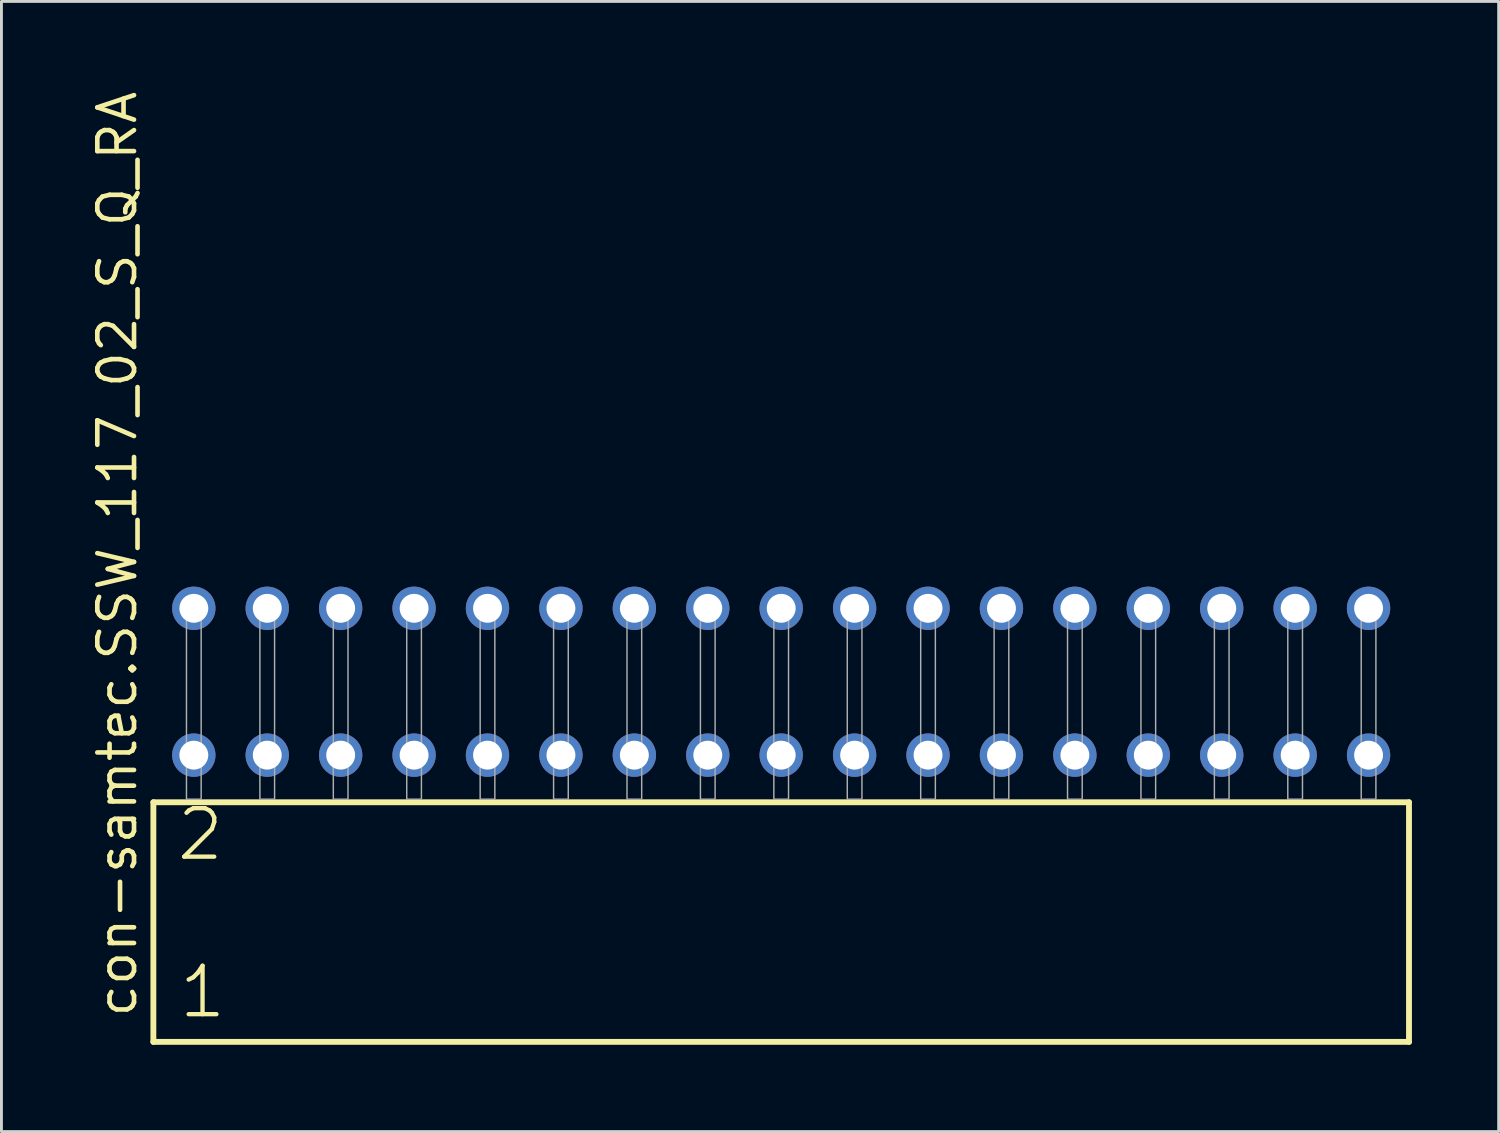
<source format=kicad_pcb>
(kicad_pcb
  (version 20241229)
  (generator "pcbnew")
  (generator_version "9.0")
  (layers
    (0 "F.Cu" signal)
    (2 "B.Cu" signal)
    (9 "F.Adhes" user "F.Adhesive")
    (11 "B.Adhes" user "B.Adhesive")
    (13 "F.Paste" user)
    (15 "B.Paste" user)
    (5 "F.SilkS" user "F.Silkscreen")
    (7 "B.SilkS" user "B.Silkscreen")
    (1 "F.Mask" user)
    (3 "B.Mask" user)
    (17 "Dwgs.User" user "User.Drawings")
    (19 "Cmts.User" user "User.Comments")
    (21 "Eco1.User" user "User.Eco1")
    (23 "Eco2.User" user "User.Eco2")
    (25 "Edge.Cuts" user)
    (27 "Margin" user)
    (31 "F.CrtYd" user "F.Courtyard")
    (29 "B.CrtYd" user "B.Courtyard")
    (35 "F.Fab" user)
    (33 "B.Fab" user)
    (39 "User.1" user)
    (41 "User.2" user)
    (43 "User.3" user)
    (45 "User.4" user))
  (footprint "con-samtec.SSW_117_02_S_Q_RA"
    (layer "F.Cu")
    (at 23.975 24.598)
    (property "Reference" "con-samtec.SSW_117_02_S_Q_RA" (at -22.225 7.62 90) (layer "F.SilkS") (effects (font (size 1.27 1.27) (thickness 0.16)) (justify left bottom)))
    (attr through_hole)
    (fp_line (start -21.719 0.106) (end -21.719 8.396) (stroke (width 0.203) (type default)) (layer "F.SilkS"))
    (fp_line (start -21.719 8.396) (end 21.719 8.396) (stroke (width 0.203) (type default)) (layer "F.SilkS"))
    (fp_line (start 21.719 0.106) (end -21.719 0.106) (stroke (width 0.203) (type default)) (layer "F.SilkS"))
    (fp_line (start 21.719 8.396) (end 21.719 0.106) (stroke (width 0.203) (type default)) (layer "F.SilkS"))
    (fp_rect (start -20.574 0) (end -20.066 -6.858) (stroke (width 0.05) (type default)) (fill no) (layer "F.Fab"))
    (fp_rect (start -18.034 0) (end -17.526 -6.858) (stroke (width 0.05) (type default)) (fill no) (layer "F.Fab"))
    (fp_rect (start -15.494 0) (end -14.986 -6.858) (stroke (width 0.05) (type default)) (fill no) (layer "F.Fab"))
    (fp_rect (start -12.954 0) (end -12.446 -6.858) (stroke (width 0.05) (type default)) (fill no) (layer "F.Fab"))
    (fp_rect (start -10.414 0) (end -9.906 -6.858) (stroke (width 0.05) (type default)) (fill no) (layer "F.Fab"))
    (fp_rect (start -7.874 0) (end -7.366 -6.858) (stroke (width 0.05) (type default)) (fill no) (layer "F.Fab"))
    (fp_rect (start -5.334 0) (end -4.826 -6.858) (stroke (width 0.05) (type default)) (fill no) (layer "F.Fab"))
    (fp_rect (start -2.794 0) (end -2.286 -6.858) (stroke (width 0.05) (type default)) (fill no) (layer "F.Fab"))
    (fp_rect (start -0.254 0) (end 0.254 -6.858) (stroke (width 0.05) (type default)) (fill no) (layer "F.Fab"))
    (fp_rect (start 2.286 0) (end 2.794 -6.858) (stroke (width 0.05) (type default)) (fill no) (layer "F.Fab"))
    (fp_rect (start 4.826 0) (end 5.334 -6.858) (stroke (width 0.05) (type default)) (fill no) (layer "F.Fab"))
    (fp_rect (start 7.366 0) (end 7.874 -6.858) (stroke (width 0.05) (type default)) (fill no) (layer "F.Fab"))
    (fp_rect (start 9.906 0) (end 10.414 -6.858) (stroke (width 0.05) (type default)) (fill no) (layer "F.Fab"))
    (fp_rect (start 12.446 0) (end 12.954 -6.858) (stroke (width 0.05) (type default)) (fill no) (layer "F.Fab"))
    (fp_rect (start 14.986 0) (end 15.494 -6.858) (stroke (width 0.05) (type default)) (fill no) (layer "F.Fab"))
    (fp_rect (start 17.526 0) (end 18.034 -6.858) (stroke (width 0.05) (type default)) (fill no) (layer "F.Fab"))
    (fp_rect (start 20.066 0) (end 20.574 -6.858) (stroke (width 0.05) (type default)) (fill no) (layer "F.Fab"))
    (fp_text user "1" (at -20.915 7.65 0) (layer "F.SilkS") (effects (font (size 1.676 1.676) (thickness 0.15)) (justify left bottom)))
    (fp_text user "2" (at -20.99 2.2 0) (layer "F.SilkS") (effects (font (size 1.676 1.676) (thickness 0.15)) (justify left bottom)))
    (pad "1" thru_hole circle (at -20.32 -1.524) (size 1.5 1.5) (drill 1) (layers "*.Cu" "*.Mask"))
    (pad "2" thru_hole circle (at -20.32 -6.604) (size 1.5 1.5) (drill 1) (layers "*.Cu" "*.Mask"))
    (pad "3" thru_hole circle (at -17.78 -1.524) (size 1.5 1.5) (drill 1) (layers "*.Cu" "*.Mask"))
    (pad "4" thru_hole circle (at -17.78 -6.604) (size 1.5 1.5) (drill 1) (layers "*.Cu" "*.Mask"))
    (pad "5" thru_hole circle (at -15.24 -1.524) (size 1.5 1.5) (drill 1) (layers "*.Cu" "*.Mask"))
    (pad "6" thru_hole circle (at -15.24 -6.604) (size 1.5 1.5) (drill 1) (layers "*.Cu" "*.Mask"))
    (pad "7" thru_hole circle (at -12.7 -1.524) (size 1.5 1.5) (drill 1) (layers "*.Cu" "*.Mask"))
    (pad "8" thru_hole circle (at -12.7 -6.604) (size 1.5 1.5) (drill 1) (layers "*.Cu" "*.Mask"))
    (pad "9" thru_hole circle (at -10.16 -1.524) (size 1.5 1.5) (drill 1) (layers "*.Cu" "*.Mask"))
    (pad "10" thru_hole circle (at -10.16 -6.604) (size 1.5 1.5) (drill 1) (layers "*.Cu" "*.Mask"))
    (pad "11" thru_hole circle (at -7.62 -1.524) (size 1.5 1.5) (drill 1) (layers "*.Cu" "*.Mask"))
    (pad "12" thru_hole circle (at -7.62 -6.604) (size 1.5 1.5) (drill 1) (layers "*.Cu" "*.Mask"))
    (pad "13" thru_hole circle (at -5.08 -1.524) (size 1.5 1.5) (drill 1) (layers "*.Cu" "*.Mask"))
    (pad "14" thru_hole circle (at -5.08 -6.604) (size 1.5 1.5) (drill 1) (layers "*.Cu" "*.Mask"))
    (pad "15" thru_hole circle (at -2.54 -1.524) (size 1.5 1.5) (drill 1) (layers "*.Cu" "*.Mask"))
    (pad "16" thru_hole circle (at -2.54 -6.604) (size 1.5 1.5) (drill 1) (layers "*.Cu" "*.Mask"))
    (pad "17" thru_hole circle (at 0 -1.524) (size 1.5 1.5) (drill 1) (layers "*.Cu" "*.Mask"))
    (pad "18" thru_hole circle (at 0 -6.604) (size 1.5 1.5) (drill 1) (layers "*.Cu" "*.Mask"))
    (pad "19" thru_hole circle (at 2.54 -1.524) (size 1.5 1.5) (drill 1) (layers "*.Cu" "*.Mask"))
    (pad "20" thru_hole circle (at 2.54 -6.604) (size 1.5 1.5) (drill 1) (layers "*.Cu" "*.Mask"))
    (pad "21" thru_hole circle (at 5.08 -1.524) (size 1.5 1.5) (drill 1) (layers "*.Cu" "*.Mask"))
    (pad "22" thru_hole circle (at 5.08 -6.604) (size 1.5 1.5) (drill 1) (layers "*.Cu" "*.Mask"))
    (pad "23" thru_hole circle (at 7.62 -1.524) (size 1.5 1.5) (drill 1) (layers "*.Cu" "*.Mask"))
    (pad "24" thru_hole circle (at 7.62 -6.604) (size 1.5 1.5) (drill 1) (layers "*.Cu" "*.Mask"))
    (pad "25" thru_hole circle (at 10.16 -1.524) (size 1.5 1.5) (drill 1) (layers "*.Cu" "*.Mask"))
    (pad "26" thru_hole circle (at 10.16 -6.604) (size 1.5 1.5) (drill 1) (layers "*.Cu" "*.Mask"))
    (pad "27" thru_hole circle (at 12.7 -1.524) (size 1.5 1.5) (drill 1) (layers "*.Cu" "*.Mask"))
    (pad "28" thru_hole circle (at 12.7 -6.604) (size 1.5 1.5) (drill 1) (layers "*.Cu" "*.Mask"))
    (pad "29" thru_hole circle (at 15.24 -1.524) (size 1.5 1.5) (drill 1) (layers "*.Cu" "*.Mask"))
    (pad "30" thru_hole circle (at 15.24 -6.604) (size 1.5 1.5) (drill 1) (layers "*.Cu" "*.Mask"))
    (pad "31" thru_hole circle (at 17.78 -1.524) (size 1.5 1.5) (drill 1) (layers "*.Cu" "*.Mask"))
    (pad "32" thru_hole circle (at 17.78 -6.604) (size 1.5 1.5) (drill 1) (layers "*.Cu" "*.Mask"))
    (pad "33" thru_hole circle (at 20.32 -1.524) (size 1.5 1.5) (drill 1) (layers "*.Cu" "*.Mask"))
    (pad "34" thru_hole circle (at 20.32 -6.604) (size 1.5 1.5) (drill 1) (layers "*.Cu" "*.Mask")))
  (gr_rect
    (start -3 -3)
    (end 48.796 36.096)
    (stroke (width 0.1) (type default))
    (fill no)
    (layer "Edge.Cuts")))
</source>
